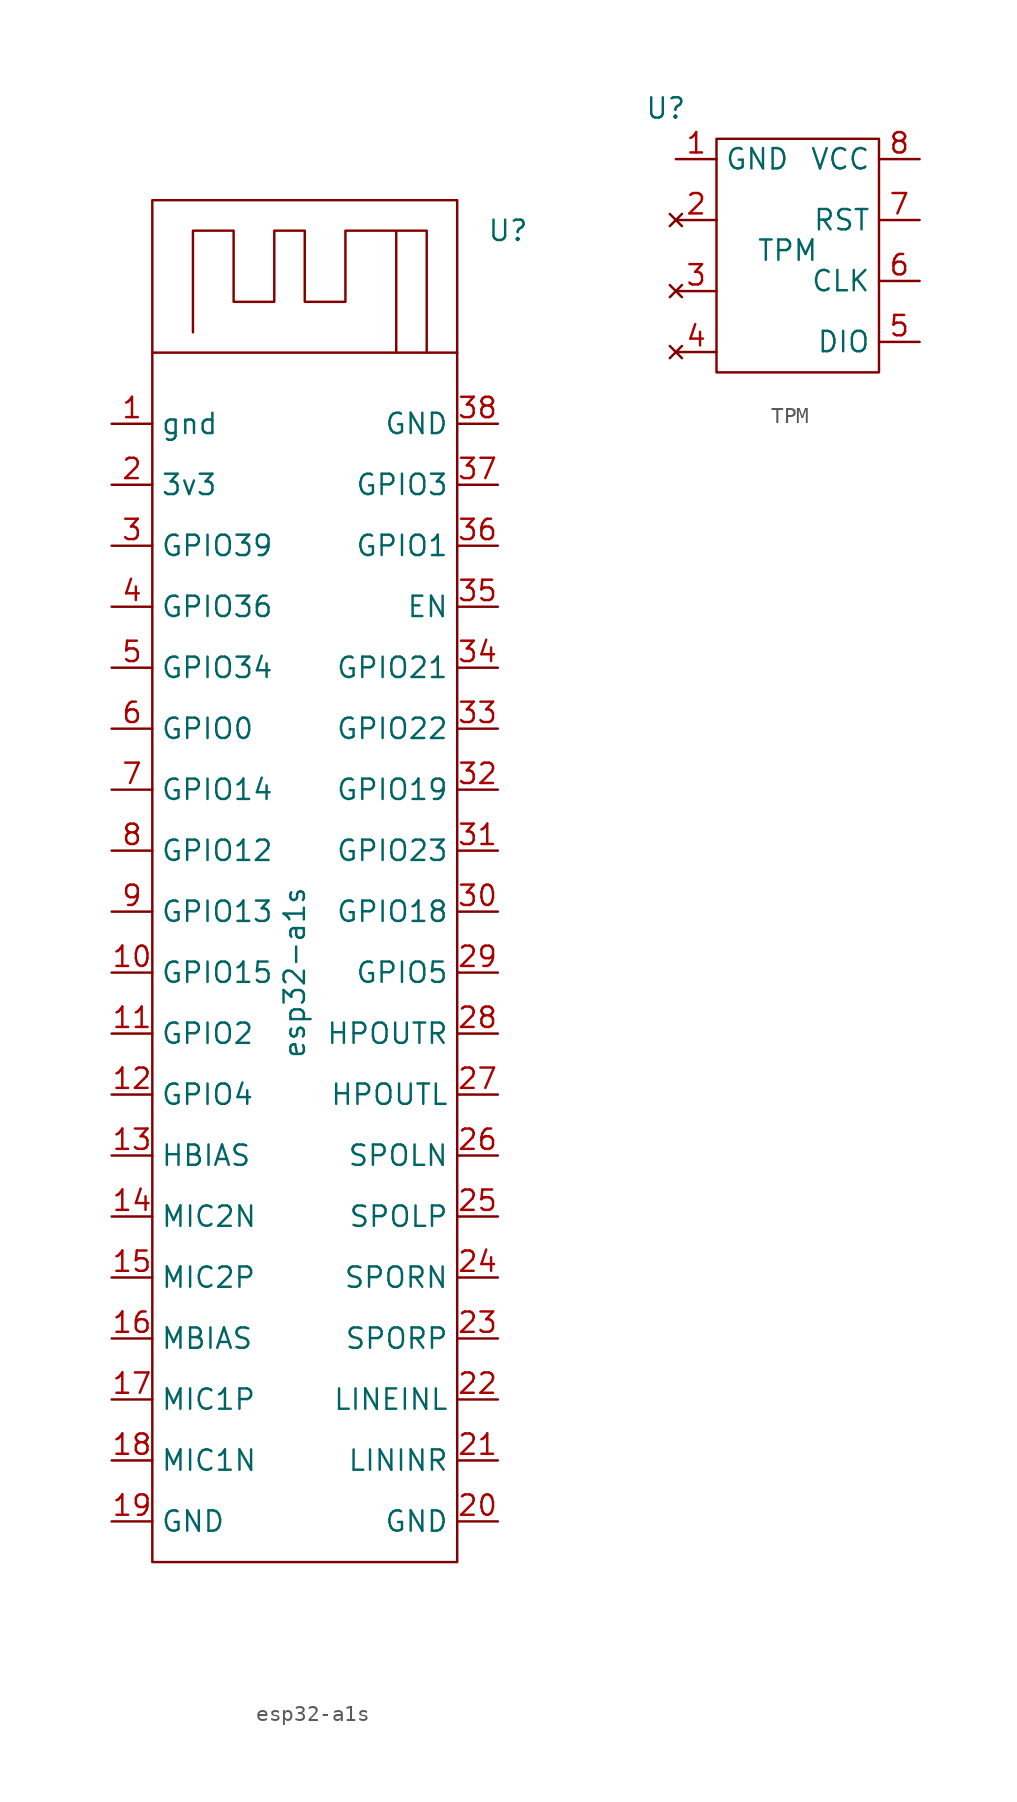
<source format=kicad_sym>
(kicad_symbol_lib
  (version 20211014)
  (generator kicad_symbol_editor)
  (symbol "esp32-a1s"
    (property "Reference" "U"
      (at 12.065 23.495 0)
      (effects (font (size 1.27 1.27))))
    (property "Value" "esp32-a1s"
      (at -1.27 -22.86 90)
      (effects (font (size 1.27 1.27))))
    (symbol "esp32-a1s_0_1"
      (polyline (pts (xy -10.16 15.875) (xy 8.89 15.875)) (stroke (width 0) (type default) (color 0 0 0 0)) (fill (type none)))
      (polyline (pts (xy 6.985 15.875) (xy 6.985 23.495) (xy 5.08 23.495) (xy 5.08 15.875) (xy 5.08 23.495) (xy 1.905 23.495) (xy 1.905 19.05) (xy -0.635 19.05) (xy -0.635 23.495) (xy -2.54 23.495) (xy -2.54 19.05) (xy -5.08 19.05) (xy -5.08 23.495) (xy -7.62 23.495) (xy -7.62 17.145)) (stroke (width 0) (type default) (color 0 0 0 0)) (fill (type none)))
      (rectangle (start 8.89 -59.69) (end -10.16 25.4) (stroke (width 0) (type default) (color 0 0 0 0)) (fill (type none))))
    (symbol "esp32-a1s_1_1"
      (pin input line (at -12.7 11.43 0) (length 2.54) (name "gnd" (effects (font (size 1.27 1.27)))) (number "1" (effects (font (size 1.27 1.27)))))
      (pin input line (at -12.7 -22.86 0) (length 2.54) (name "GPIO15" (effects (font (size 1.27 1.27)))) (number "10" (effects (font (size 1.27 1.27)))))
      (pin input line (at -12.7 -26.67 0) (length 2.54) (name "GPIO2" (effects (font (size 1.27 1.27)))) (number "11" (effects (font (size 1.27 1.27)))))
      (pin input line (at -12.7 -30.48 0) (length 2.54) (name "GPIO4" (effects (font (size 1.27 1.27)))) (number "12" (effects (font (size 1.27 1.27)))))
      (pin input line (at -12.7 -34.29 0) (length 2.54) (name "HBIAS" (effects (font (size 1.27 1.27)))) (number "13" (effects (font (size 1.27 1.27)))))
      (pin input line (at -12.7 -38.1 0) (length 2.54) (name "MIC2N" (effects (font (size 1.27 1.27)))) (number "14" (effects (font (size 1.27 1.27)))))
      (pin input line (at -12.7 -41.91 0) (length 2.54) (name "MIC2P" (effects (font (size 1.27 1.27)))) (number "15" (effects (font (size 1.27 1.27)))))
      (pin input line (at -12.7 -45.72 0) (length 2.54) (name "MBIAS" (effects (font (size 1.27 1.27)))) (number "16" (effects (font (size 1.27 1.27)))))
      (pin input line (at -12.7 -49.53 0) (length 2.54) (name "MIC1P" (effects (font (size 1.27 1.27)))) (number "17" (effects (font (size 1.27 1.27)))))
      (pin input line (at -12.7 -53.34 0) (length 2.54) (name "MIC1N" (effects (font (size 1.27 1.27)))) (number "18" (effects (font (size 1.27 1.27)))))
      (pin input line (at -12.7 -57.15 0) (length 2.54) (name "GND" (effects (font (size 1.27 1.27)))) (number "19" (effects (font (size 1.27 1.27)))))
      (pin input line (at -12.7 7.62 0) (length 2.54) (name "3v3" (effects (font (size 1.27 1.27)))) (number "2" (effects (font (size 1.27 1.27)))))
      (pin input line (at 11.43 -57.15 180) (length 2.54) (name "GND" (effects (font (size 1.27 1.27)))) (number "20" (effects (font (size 1.27 1.27)))))
      (pin input line (at 11.43 -53.34 180) (length 2.54) (name "LININR" (effects (font (size 1.27 1.27)))) (number "21" (effects (font (size 1.27 1.27)))))
      (pin input line (at 11.43 -49.53 180) (length 2.54) (name "LINEINL" (effects (font (size 1.27 1.27)))) (number "22" (effects (font (size 1.27 1.27)))))
      (pin input line (at 11.43 -45.72 180) (length 2.54) (name "SPORP" (effects (font (size 1.27 1.27)))) (number "23" (effects (font (size 1.27 1.27)))))
      (pin input line (at 11.43 -41.91 180) (length 2.54) (name "SPORN" (effects (font (size 1.27 1.27)))) (number "24" (effects (font (size 1.27 1.27)))))
      (pin input line (at 11.43 -38.1 180) (length 2.54) (name "SPOLP" (effects (font (size 1.27 1.27)))) (number "25" (effects (font (size 1.27 1.27)))))
      (pin input line (at 11.43 -34.29 180) (length 2.54) (name "SPOLN" (effects (font (size 1.27 1.27)))) (number "26" (effects (font (size 1.27 1.27)))))
      (pin input line (at 11.43 -30.48 180) (length 2.54) (name "HPOUTL" (effects (font (size 1.27 1.27)))) (number "27" (effects (font (size 1.27 1.27)))))
      (pin input line (at 11.43 -26.67 180) (length 2.54) (name "HPOUTR" (effects (font (size 1.27 1.27)))) (number "28" (effects (font (size 1.27 1.27)))))
      (pin input line (at 11.43 -22.86 180) (length 2.54) (name "GPIO5" (effects (font (size 1.27 1.27)))) (number "29" (effects (font (size 1.27 1.27)))))
      (pin input line (at -12.7 3.81 0) (length 2.54) (name "GPIO39" (effects (font (size 1.27 1.27)))) (number "3" (effects (font (size 1.27 1.27)))))
      (pin input line (at 11.43 -19.05 180) (length 2.54) (name "GPIO18" (effects (font (size 1.27 1.27)))) (number "30" (effects (font (size 1.27 1.27)))))
      (pin input line (at 11.43 -15.24 180) (length 2.54) (name "GPIO23" (effects (font (size 1.27 1.27)))) (number "31" (effects (font (size 1.27 1.27)))))
      (pin input line (at 11.43 -11.43 180) (length 2.54) (name "GPIO19" (effects (font (size 1.27 1.27)))) (number "32" (effects (font (size 1.27 1.27)))))
      (pin input line (at 11.43 -7.62 180) (length 2.54) (name "GPIO22" (effects (font (size 1.27 1.27)))) (number "33" (effects (font (size 1.27 1.27)))))
      (pin input line (at 11.43 -3.81 180) (length 2.54) (name "GPIO21" (effects (font (size 1.27 1.27)))) (number "34" (effects (font (size 1.27 1.27)))))
      (pin input line (at 11.43 0 180) (length 2.54) (name "EN" (effects (font (size 1.27 1.27)))) (number "35" (effects (font (size 1.27 1.27)))))
      (pin input line (at 11.43 3.81 180) (length 2.54) (name "GPIO1" (effects (font (size 1.27 1.27)))) (number "36" (effects (font (size 1.27 1.27)))))
      (pin input line (at 11.43 7.62 180) (length 2.54) (name "GPIO3" (effects (font (size 1.27 1.27)))) (number "37" (effects (font (size 1.27 1.27)))))
      (pin input line (at 11.43 11.43 180) (length 2.54) (name "GND" (effects (font (size 1.27 1.27)))) (number "38" (effects (font (size 1.27 1.27)))))
      (pin input line (at -12.7 0 0) (length 2.54) (name "GPIO36" (effects (font (size 1.27 1.27)))) (number "4" (effects (font (size 1.27 1.27)))))
      (pin input line (at -12.7 -3.81 0) (length 2.54) (name "GPIO34" (effects (font (size 1.27 1.27)))) (number "5" (effects (font (size 1.27 1.27)))))
      (pin input line (at -12.7 -7.62 0) (length 2.54) (name "GPIO0" (effects (font (size 1.27 1.27)))) (number "6" (effects (font (size 1.27 1.27)))))
      (pin input line (at -12.7 -11.43 0) (length 2.54) (name "GPIO14" (effects (font (size 1.27 1.27)))) (number "7" (effects (font (size 1.27 1.27)))))
      (pin input line (at -12.7 -15.24 0) (length 2.54) (name "GPIO12" (effects (font (size 1.27 1.27)))) (number "8" (effects (font (size 1.27 1.27)))))
      (pin input line (at -12.7 -19.05 0) (length 2.54) (name "GPIO13" (effects (font (size 1.27 1.27)))) (number "9" (effects (font (size 1.27 1.27)))))))
  (symbol "TPM"
    (property "Reference" "U"
      (at -6.985 9.525 0)
      (effects (font (size 1.27 1.27))))
    (property "Value" "TPM"
      (at 0.635 0.635 0)
      (effects (font (size 1.27 1.27))))
    (symbol "TPM_0_1"
      (rectangle (start -3.81 7.62) (end 6.35 -6.985) (stroke (width 0) (type default) (color 0 0 0 0)) (fill (type none))))
    (symbol "TPM_1_1"
      (pin input line (at -6.35 6.35 0) (length 2.54) (name "GND" (effects (font (size 1.27 1.27)))) (number "1" (effects (font (size 1.27 1.27)))))
      (pin no_connect line (at -6.35 2.54 0) (length 2.54) (name "" (effects (font (size 1.27 1.27)))) (number "2" (effects (font (size 1.27 1.27)))))
      (pin no_connect line (at -6.35 -1.905 0) (length 2.54) (name "" (effects (font (size 1.27 1.27)))) (number "3" (effects (font (size 1.27 1.27)))))
      (pin no_connect line (at -6.35 -5.715 0) (length 2.54) (name "" (effects (font (size 1.27 1.27)))) (number "4" (effects (font (size 1.27 1.27)))))
      (pin input line (at 8.89 -5.08 180) (length 2.54) (name "DIO" (effects (font (size 1.27 1.27)))) (number "5" (effects (font (size 1.27 1.27)))))
      (pin input line (at 8.89 -1.27 180) (length 2.54) (name "CLK" (effects (font (size 1.27 1.27)))) (number "6" (effects (font (size 1.27 1.27)))))
      (pin input line (at 8.89 2.54 180) (length 2.54) (name "RST" (effects (font (size 1.27 1.27)))) (number "7" (effects (font (size 1.27 1.27)))))
      (pin input line (at 8.89 6.35 180) (length 2.54) (name "VCC" (effects (font (size 1.27 1.27)))) (number "8" (effects (font (size 1.27 1.27))))))))
</source>
